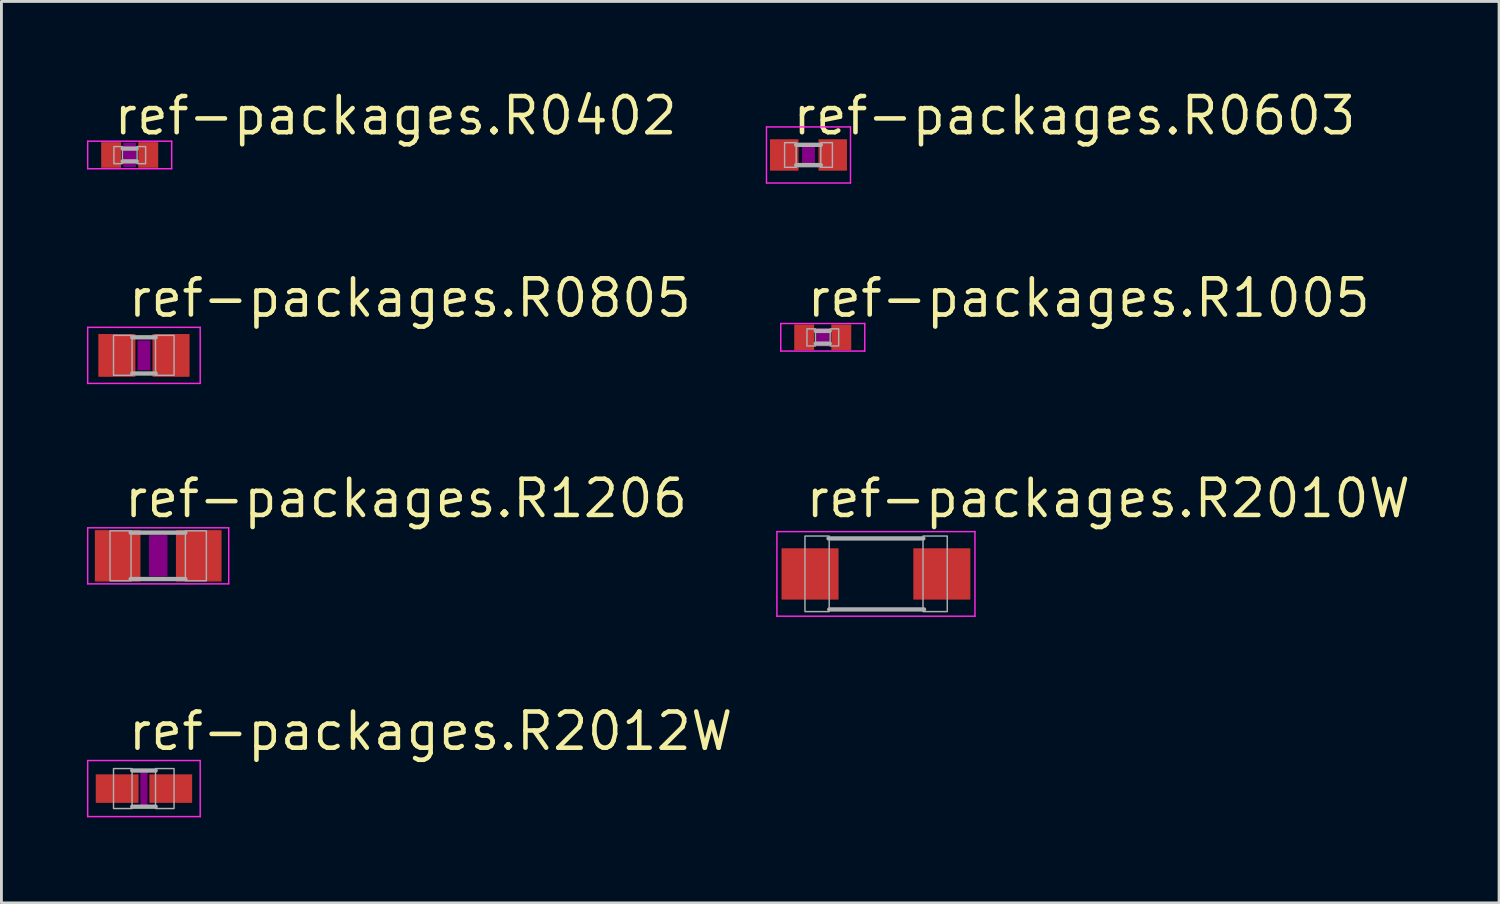
<source format=kicad_pcb>
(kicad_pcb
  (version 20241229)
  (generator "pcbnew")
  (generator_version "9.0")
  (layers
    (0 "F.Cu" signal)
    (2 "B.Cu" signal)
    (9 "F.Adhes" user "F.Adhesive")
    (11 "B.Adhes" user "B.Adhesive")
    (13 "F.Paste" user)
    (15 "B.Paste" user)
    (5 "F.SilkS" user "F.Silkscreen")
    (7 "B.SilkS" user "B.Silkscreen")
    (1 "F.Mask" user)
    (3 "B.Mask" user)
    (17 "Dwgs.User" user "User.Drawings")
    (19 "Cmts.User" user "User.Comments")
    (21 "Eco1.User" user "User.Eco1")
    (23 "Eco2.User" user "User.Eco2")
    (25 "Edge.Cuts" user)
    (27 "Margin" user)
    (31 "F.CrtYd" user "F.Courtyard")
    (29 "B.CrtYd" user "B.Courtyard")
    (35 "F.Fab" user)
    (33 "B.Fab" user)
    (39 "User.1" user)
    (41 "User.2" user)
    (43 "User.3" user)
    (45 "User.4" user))
  (footprint "ref-packages.R1206"
    (layer "F.Cu")
    (at 2.498 16.442)
    (property "Reference" "ref-packages.R1206" (at -1.27 -1.27 0) (layer "F.SilkS") (effects (font (size 1.27 1.27) (thickness 0.16)) (justify left bottom)))
    (attr smd)
    (fp_rect (start -0.3 0.7) (end 0.3 -0.7) (stroke (width 0.05) (type default)) (fill yes) (layer "F.Adhes"))
    (fp_line (start -2.473 -0.983) (end 2.473 -0.983) (stroke (width 0.051) (type default)) (layer "F.CrtYd"))
    (fp_line (start -2.473 0.983) (end -2.473 -0.983) (stroke (width 0.051) (type default)) (layer "F.CrtYd"))
    (fp_line (start 2.473 -0.983) (end 2.473 0.983) (stroke (width 0.051) (type default)) (layer "F.CrtYd"))
    (fp_line (start 2.473 0.983) (end -2.473 0.983) (stroke (width 0.051) (type default)) (layer "F.CrtYd"))
    (fp_line (start 0.953 -0.813) (end -0.965 -0.813) (stroke (width 0.152) (type default)) (layer "F.Fab"))
    (fp_line (start 0.953 0.813) (end -0.965 0.813) (stroke (width 0.152) (type default)) (layer "F.Fab"))
    (fp_rect (start -1.689 0.876) (end -0.953 -0.876) (stroke (width 0.05) (type default)) (fill no) (layer "F.Fab"))
    (fp_rect (start 0.953 0.876) (end 1.689 -0.876) (stroke (width 0.05) (type default)) (fill no) (layer "F.Fab"))
    (pad "1" smd roundrect (at -1.422 0) (size 1.6 1.803) (layers "F.Cu" "F.Mask" "F.Paste") (roundrect_rratio 0.01))
    (pad "2" smd roundrect (at 1.422 0) (size 1.6 1.803) (layers "F.Cu" "F.Mask" "F.Paste") (roundrect_rratio 0.01)))
  (footprint "ref-packages.R2010W"
    (layer "F.Cu")
    (at 27.668 17.077)
    (property "Reference" "ref-packages.R2010W" (at -2.54 -1.905 0) (layer "F.SilkS") (effects (font (size 1.27 1.27) (thickness 0.16)) (justify left bottom)))
    (attr smd)
    (fp_line (start -3.473 -1.483) (end 3.473 -1.483) (stroke (width 0.051) (type default)) (layer "F.CrtYd"))
    (fp_line (start -3.473 1.483) (end -3.473 -1.483) (stroke (width 0.051) (type default)) (layer "F.CrtYd"))
    (fp_line (start 3.473 -1.483) (end 3.473 1.483) (stroke (width 0.051) (type default)) (layer "F.CrtYd"))
    (fp_line (start 3.473 1.483) (end -3.473 1.483) (stroke (width 0.051) (type default)) (layer "F.CrtYd"))
    (fp_line (start -1.662 -1.245) (end 1.662 -1.245) (stroke (width 0.152) (type default)) (layer "F.Fab"))
    (fp_line (start -1.637 1.245) (end 1.687 1.245) (stroke (width 0.152) (type default)) (layer "F.Fab"))
    (fp_rect (start -2.489 1.321) (end -1.639 -1.329) (stroke (width 0.05) (type default)) (fill no) (layer "F.Fab"))
    (fp_rect (start 1.651 1.321) (end 2.501 -1.329) (stroke (width 0.05) (type default)) (fill no) (layer "F.Fab"))
    (pad "1" smd roundrect (at -2.311 0) (size 2 1.8) (layers "F.Cu" "F.Mask" "F.Paste") (roundrect_rratio 0.01))
    (pad "2" smd roundrect (at 2.311 0) (size 2 1.8) (layers "F.Cu" "F.Mask" "F.Paste") (roundrect_rratio 0.01)))
  (footprint "ref-packages.R0402"
    (layer "F.Cu")
    (at 1.498 2.385)
    (property "Reference" "ref-packages.R0402" (at -0.635 -0.635 0) (layer "F.SilkS") (effects (font (size 1.27 1.27) (thickness 0.16)) (justify left bottom)))
    (attr smd)
    (fp_rect (start -0.2 0.4) (end 0.2 -0.4) (stroke (width 0.05) (type default)) (fill yes) (layer "F.Adhes"))
    (fp_line (start -1.473 -0.483) (end 1.473 -0.483) (stroke (width 0.051) (type default)) (layer "F.CrtYd"))
    (fp_line (start -1.473 0.483) (end -1.473 -0.483) (stroke (width 0.051) (type default)) (layer "F.CrtYd"))
    (fp_line (start 1.473 -0.483) (end 1.473 0.483) (stroke (width 0.051) (type default)) (layer "F.CrtYd"))
    (fp_line (start 1.473 0.483) (end -1.473 0.483) (stroke (width 0.051) (type default)) (layer "F.CrtYd"))
    (fp_line (start -0.245 -0.224) (end 0.245 -0.224) (stroke (width 0.152) (type default)) (layer "F.Fab"))
    (fp_line (start 0.245 0.224) (end -0.245 0.224) (stroke (width 0.152) (type default)) (layer "F.Fab"))
    (fp_rect (start -0.554 0.305) (end -0.254 -0.295) (stroke (width 0.05) (type default)) (fill no) (layer "F.Fab"))
    (fp_rect (start 0.259 0.305) (end 0.559 -0.295) (stroke (width 0.05) (type default)) (fill no) (layer "F.Fab"))
    (pad "1" smd roundrect (at -0.65 0) (size 0.7 0.9) (layers "F.Cu" "F.Mask" "F.Paste") (roundrect_rratio 0.01))
    (pad "2" smd roundrect (at 0.65 0) (size 0.7 0.9) (layers "F.Cu" "F.Mask" "F.Paste") (roundrect_rratio 0.01)))
  (footprint "ref-packages.R0805"
    (layer "F.Cu")
    (at 1.998 9.413)
    (property "Reference" "ref-packages.R0805" (at -0.635 -1.27 0) (layer "F.SilkS") (effects (font (size 1.27 1.27) (thickness 0.16)) (justify left bottom)))
    (attr smd)
    (fp_rect (start -0.2 0.5) (end 0.2 -0.5) (stroke (width 0.05) (type default)) (fill yes) (layer "F.Adhes"))
    (fp_line (start -1.973 -0.983) (end 1.973 -0.983) (stroke (width 0.051) (type default)) (layer "F.CrtYd"))
    (fp_line (start -1.973 0.983) (end -1.973 -0.983) (stroke (width 0.051) (type default)) (layer "F.CrtYd"))
    (fp_line (start 1.973 -0.983) (end 1.973 0.983) (stroke (width 0.051) (type default)) (layer "F.CrtYd"))
    (fp_line (start 1.973 0.983) (end -1.973 0.983) (stroke (width 0.051) (type default)) (layer "F.CrtYd"))
    (fp_line (start -0.41 -0.635) (end 0.41 -0.635) (stroke (width 0.152) (type default)) (layer "F.Fab"))
    (fp_line (start -0.41 0.635) (end 0.41 0.635) (stroke (width 0.152) (type default)) (layer "F.Fab"))
    (fp_rect (start -1.067 0.699) (end -0.417 -0.702) (stroke (width 0.05) (type default)) (fill no) (layer "F.Fab"))
    (fp_rect (start 0.406 0.699) (end 1.056 -0.702) (stroke (width 0.05) (type default)) (fill no) (layer "F.Fab"))
    (pad "1" smd roundrect (at -0.95 0) (size 1.3 1.5) (layers "F.Cu" "F.Mask" "F.Paste") (roundrect_rratio 0.01))
    (pad "2" smd roundrect (at 0.95 0) (size 1.3 1.5) (layers "F.Cu" "F.Mask" "F.Paste") (roundrect_rratio 0.01)))
  (footprint "ref-packages.R2012W"
    (layer "F.Cu")
    (at 1.998 24.605)
    (property "Reference" "ref-packages.R2012W" (at -0.635 -1.27 0) (layer "F.SilkS") (effects (font (size 1.27 1.27) (thickness 0.16)) (justify left bottom)))
    (attr smd)
    (fp_rect (start -0.1 0.6) (end 0.1 -0.6) (stroke (width 0.05) (type default)) (fill yes) (layer "F.Adhes"))
    (fp_line (start -1.973 -0.983) (end 1.973 -0.983) (stroke (width 0.051) (type default)) (layer "F.CrtYd"))
    (fp_line (start -1.973 0.983) (end -1.973 -0.983) (stroke (width 0.051) (type default)) (layer "F.CrtYd"))
    (fp_line (start 1.973 -0.983) (end 1.973 0.983) (stroke (width 0.051) (type default)) (layer "F.CrtYd"))
    (fp_line (start 1.973 0.983) (end -1.973 0.983) (stroke (width 0.051) (type default)) (layer "F.CrtYd"))
    (fp_line (start -0.41 -0.635) (end 0.41 -0.635) (stroke (width 0.152) (type default)) (layer "F.Fab"))
    (fp_line (start -0.41 0.635) (end 0.41 0.635) (stroke (width 0.152) (type default)) (layer "F.Fab"))
    (fp_rect (start -1.067 0.699) (end -0.417 -0.702) (stroke (width 0.05) (type default)) (fill no) (layer "F.Fab"))
    (fp_rect (start 0.406 0.699) (end 1.056 -0.702) (stroke (width 0.05) (type default)) (fill no) (layer "F.Fab"))
    (pad "1" smd roundrect (at -0.94 0) (size 1.5 1) (layers "F.Cu" "F.Mask" "F.Paste") (roundrect_rratio 0.01))
    (pad "2" smd roundrect (at 0.94 0) (size 1.5 1) (layers "F.Cu" "F.Mask" "F.Paste") (roundrect_rratio 0.01)))
  (footprint "ref-packages.R0603"
    (layer "F.Cu")
    (at 25.303 2.385)
    (property "Reference" "ref-packages.R0603" (at -0.635 -0.635 0) (layer "F.SilkS") (effects (font (size 1.27 1.27) (thickness 0.16)) (justify left bottom)))
    (attr smd)
    (fp_rect (start -0.2 0.4) (end 0.2 -0.4) (stroke (width 0.05) (type default)) (fill yes) (layer "F.Adhes"))
    (fp_line (start -1.473 -0.983) (end 1.473 -0.983) (stroke (width 0.051) (type default)) (layer "F.CrtYd"))
    (fp_line (start -1.473 0.983) (end -1.473 -0.983) (stroke (width 0.051) (type default)) (layer "F.CrtYd"))
    (fp_line (start 1.473 -0.983) (end 1.473 0.983) (stroke (width 0.051) (type default)) (layer "F.CrtYd"))
    (fp_line (start 1.473 0.983) (end -1.473 0.983) (stroke (width 0.051) (type default)) (layer "F.CrtYd"))
    (fp_line (start -0.432 0.356) (end 0.432 0.356) (stroke (width 0.152) (type default)) (layer "F.Fab"))
    (fp_line (start 0.432 -0.356) (end -0.432 -0.356) (stroke (width 0.152) (type default)) (layer "F.Fab"))
    (fp_rect (start -0.838 0.432) (end -0.432 -0.432) (stroke (width 0.05) (type default)) (fill no) (layer "F.Fab"))
    (fp_rect (start 0.432 0.432) (end 0.838 -0.432) (stroke (width 0.05) (type default)) (fill no) (layer "F.Fab"))
    (pad "1" smd roundrect (at -0.85 0) (size 1 1.1) (layers "F.Cu" "F.Mask" "F.Paste") (roundrect_rratio 0.01))
    (pad "2" smd roundrect (at 0.85 0) (size 1 1.1) (layers "F.Cu" "F.Mask" "F.Paste") (roundrect_rratio 0.01)))
  (footprint "ref-packages.R1005"
    (layer "F.Cu")
    (at 25.803 8.778)
    (property "Reference" "ref-packages.R1005" (at -0.635 -0.635 0) (layer "F.SilkS") (effects (font (size 1.27 1.27) (thickness 0.16)) (justify left bottom)))
    (attr smd)
    (fp_rect (start -0.2 0.3) (end 0.2 -0.3) (stroke (width 0.05) (type default)) (fill yes) (layer "F.Adhes"))
    (fp_line (start -1.473 -0.483) (end 1.473 -0.483) (stroke (width 0.051) (type default)) (layer "F.CrtYd"))
    (fp_line (start -1.473 0.483) (end -1.473 -0.483) (stroke (width 0.051) (type default)) (layer "F.CrtYd"))
    (fp_line (start 1.473 -0.483) (end 1.473 0.483) (stroke (width 0.051) (type default)) (layer "F.CrtYd"))
    (fp_line (start 1.473 0.483) (end -1.473 0.483) (stroke (width 0.051) (type default)) (layer "F.CrtYd"))
    (fp_line (start -0.245 -0.224) (end 0.245 -0.224) (stroke (width 0.152) (type default)) (layer "F.Fab"))
    (fp_line (start 0.245 0.224) (end -0.245 0.224) (stroke (width 0.152) (type default)) (layer "F.Fab"))
    (fp_rect (start -0.554 0.305) (end -0.254 -0.295) (stroke (width 0.05) (type default)) (fill no) (layer "F.Fab"))
    (fp_rect (start 0.259 0.305) (end 0.559 -0.295) (stroke (width 0.05) (type default)) (fill no) (layer "F.Fab"))
    (pad "1" smd roundrect (at -0.65 0) (size 0.7 0.9) (layers "F.Cu" "F.Mask" "F.Paste") (roundrect_rratio 0.01))
    (pad "2" smd roundrect (at 0.65 0) (size 0.7 0.9) (layers "F.Cu" "F.Mask" "F.Paste") (roundrect_rratio 0.01)))
  (gr_rect
    (start -3 -3)
    (end 49.521 28.614)
    (stroke (width 0.1) (type default))
    (fill no)
    (layer "Edge.Cuts")))
</source>
